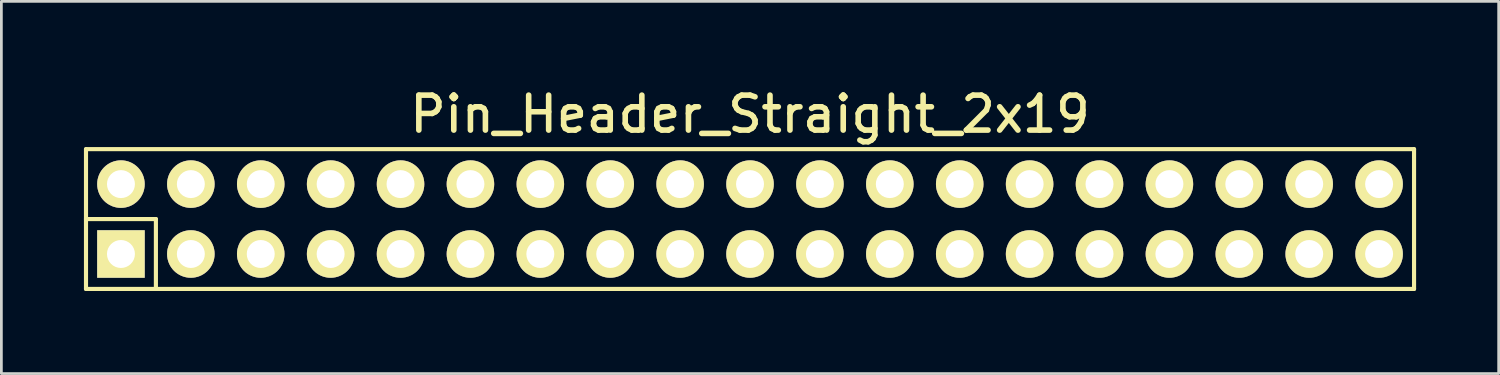
<source format=kicad_pcb>
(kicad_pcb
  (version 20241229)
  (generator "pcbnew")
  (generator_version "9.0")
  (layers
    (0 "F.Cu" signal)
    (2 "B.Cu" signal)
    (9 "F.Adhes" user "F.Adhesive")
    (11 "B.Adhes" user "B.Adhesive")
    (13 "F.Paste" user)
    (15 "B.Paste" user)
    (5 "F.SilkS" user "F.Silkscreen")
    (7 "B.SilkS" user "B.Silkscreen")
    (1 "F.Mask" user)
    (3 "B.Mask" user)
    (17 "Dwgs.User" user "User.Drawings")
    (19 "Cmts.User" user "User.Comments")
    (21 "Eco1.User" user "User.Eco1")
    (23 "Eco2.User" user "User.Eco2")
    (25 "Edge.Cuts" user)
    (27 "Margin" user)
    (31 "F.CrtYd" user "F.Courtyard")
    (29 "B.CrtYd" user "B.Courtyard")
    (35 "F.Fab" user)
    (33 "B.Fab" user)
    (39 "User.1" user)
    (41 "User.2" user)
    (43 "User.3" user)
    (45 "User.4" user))
  (footprint "Pin_Header_Straight_2x19"
    (layer "F.Cu")
    (at 24.205 4.91)
    (property "Reference" "Pin_Header_Straight_2x19" (at 0 -3.81 0) (layer "F.SilkS") (effects (font (size 1.27 1.27) (thickness 0.203))))
    (attr through_hole)
    (fp_line (start -24.13 -2.54) (end -24.13 0) (stroke (width 0.15) (type solid)) (layer "F.SilkS"))
    (fp_line (start -24.13 -2.54) (end 24.13 -2.54) (stroke (width 0.15) (type solid)) (layer "F.SilkS"))
    (fp_line (start -24.13 0) (end -21.59 0) (stroke (width 0.15) (type solid)) (layer "F.SilkS"))
    (fp_line (start -24.13 2.54) (end -24.13 0) (stroke (width 0.15) (type solid)) (layer "F.SilkS"))
    (fp_line (start -24.13 2.54) (end -21.59 2.54) (stroke (width 0.15) (type solid)) (layer "F.SilkS"))
    (fp_line (start -21.59 0) (end -21.59 2.54) (stroke (width 0.15) (type solid)) (layer "F.SilkS"))
    (fp_line (start 24.13 -2.54) (end 24.13 2.54) (stroke (width 0.15) (type solid)) (layer "F.SilkS"))
    (fp_line (start 24.13 2.54) (end -21.59 2.54) (stroke (width 0.15) (type solid)) (layer "F.SilkS"))
    (pad "1" thru_hole rect (at -22.86 1.27) (size 1.727 1.727) (drill 1.016) (layers "*.Cu" "*.Mask" "F.SilkS"))
    (pad "2" thru_hole oval (at -22.86 -1.27) (size 1.727 1.727) (drill 1.016) (layers "*.Cu" "*.Mask" "F.SilkS"))
    (pad "3" thru_hole oval (at -20.32 1.27) (size 1.727 1.727) (drill 1.016) (layers "*.Cu" "*.Mask" "F.SilkS"))
    (pad "4" thru_hole oval (at -20.32 -1.27) (size 1.727 1.727) (drill 1.016) (layers "*.Cu" "*.Mask" "F.SilkS"))
    (pad "5" thru_hole oval (at -17.78 1.27) (size 1.727 1.727) (drill 1.016) (layers "*.Cu" "*.Mask" "F.SilkS"))
    (pad "6" thru_hole oval (at -17.78 -1.27) (size 1.727 1.727) (drill 1.016) (layers "*.Cu" "*.Mask" "F.SilkS"))
    (pad "7" thru_hole oval (at -15.24 1.27) (size 1.727 1.727) (drill 1.016) (layers "*.Cu" "*.Mask" "F.SilkS"))
    (pad "8" thru_hole oval (at -15.24 -1.27) (size 1.727 1.727) (drill 1.016) (layers "*.Cu" "*.Mask" "F.SilkS"))
    (pad "9" thru_hole oval (at -12.7 1.27) (size 1.727 1.727) (drill 1.016) (layers "*.Cu" "*.Mask" "F.SilkS"))
    (pad "10" thru_hole oval (at -12.7 -1.27) (size 1.727 1.727) (drill 1.016) (layers "*.Cu" "*.Mask" "F.SilkS"))
    (pad "11" thru_hole oval (at -10.16 1.27) (size 1.727 1.727) (drill 1.016) (layers "*.Cu" "*.Mask" "F.SilkS"))
    (pad "12" thru_hole oval (at -10.16 -1.27) (size 1.727 1.727) (drill 1.016) (layers "*.Cu" "*.Mask" "F.SilkS"))
    (pad "13" thru_hole oval (at -7.62 1.27) (size 1.727 1.727) (drill 1.016) (layers "*.Cu" "*.Mask" "F.SilkS"))
    (pad "14" thru_hole oval (at -7.62 -1.27) (size 1.727 1.727) (drill 1.016) (layers "*.Cu" "*.Mask" "F.SilkS"))
    (pad "15" thru_hole oval (at -5.08 1.27) (size 1.727 1.727) (drill 1.016) (layers "*.Cu" "*.Mask" "F.SilkS"))
    (pad "16" thru_hole oval (at -5.08 -1.27) (size 1.727 1.727) (drill 1.016) (layers "*.Cu" "*.Mask" "F.SilkS"))
    (pad "17" thru_hole oval (at -2.54 1.27) (size 1.727 1.727) (drill 1.016) (layers "*.Cu" "*.Mask" "F.SilkS"))
    (pad "18" thru_hole oval (at -2.54 -1.27) (size 1.727 1.727) (drill 1.016) (layers "*.Cu" "*.Mask" "F.SilkS"))
    (pad "19" thru_hole oval (at 0 1.27) (size 1.727 1.727) (drill 1.016) (layers "*.Cu" "*.Mask" "F.SilkS"))
    (pad "20" thru_hole oval (at 0 -1.27) (size 1.727 1.727) (drill 1.016) (layers "*.Cu" "*.Mask" "F.SilkS"))
    (pad "21" thru_hole oval (at 2.54 1.27) (size 1.727 1.727) (drill 1.016) (layers "*.Cu" "*.Mask" "F.SilkS"))
    (pad "22" thru_hole oval (at 2.54 -1.27) (size 1.727 1.727) (drill 1.016) (layers "*.Cu" "*.Mask" "F.SilkS"))
    (pad "23" thru_hole oval (at 5.08 1.27) (size 1.727 1.727) (drill 1.016) (layers "*.Cu" "*.Mask" "F.SilkS"))
    (pad "24" thru_hole oval (at 5.08 -1.27) (size 1.727 1.727) (drill 1.016) (layers "*.Cu" "*.Mask" "F.SilkS"))
    (pad "25" thru_hole oval (at 7.62 1.27) (size 1.727 1.727) (drill 1.016) (layers "*.Cu" "*.Mask" "F.SilkS"))
    (pad "26" thru_hole oval (at 7.62 -1.27) (size 1.727 1.727) (drill 1.016) (layers "*.Cu" "*.Mask" "F.SilkS"))
    (pad "27" thru_hole oval (at 10.16 1.27) (size 1.727 1.727) (drill 1.016) (layers "*.Cu" "*.Mask" "F.SilkS"))
    (pad "28" thru_hole oval (at 10.16 -1.27) (size 1.727 1.727) (drill 1.016) (layers "*.Cu" "*.Mask" "F.SilkS"))
    (pad "29" thru_hole oval (at 12.7 1.27) (size 1.727 1.727) (drill 1.016) (layers "*.Cu" "*.Mask" "F.SilkS"))
    (pad "30" thru_hole oval (at 12.7 -1.27) (size 1.727 1.727) (drill 1.016) (layers "*.Cu" "*.Mask" "F.SilkS"))
    (pad "31" thru_hole oval (at 15.24 1.27) (size 1.727 1.727) (drill 1.016) (layers "*.Cu" "*.Mask" "F.SilkS"))
    (pad "32" thru_hole oval (at 15.24 -1.27) (size 1.727 1.727) (drill 1.016) (layers "*.Cu" "*.Mask" "F.SilkS"))
    (pad "33" thru_hole oval (at 17.78 1.27) (size 1.727 1.727) (drill 1.016) (layers "*.Cu" "*.Mask" "F.SilkS"))
    (pad "34" thru_hole oval (at 17.78 -1.27) (size 1.727 1.727) (drill 1.016) (layers "*.Cu" "*.Mask" "F.SilkS"))
    (pad "35" thru_hole oval (at 20.32 1.27) (size 1.727 1.727) (drill 1.016) (layers "*.Cu" "*.Mask" "F.SilkS"))
    (pad "36" thru_hole oval (at 20.32 -1.27) (size 1.727 1.727) (drill 1.016) (layers "*.Cu" "*.Mask" "F.SilkS"))
    (pad "37" thru_hole oval (at 22.86 1.27) (size 1.727 1.727) (drill 1.016) (layers "*.Cu" "*.Mask" "F.SilkS"))
    (pad "38" thru_hole oval (at 22.86 -1.27) (size 1.727 1.727) (drill 1.016) (layers "*.Cu" "*.Mask" "F.SilkS")))
  (gr_rect
    (start -3 -3)
    (end 51.41 10.525)
    (stroke (width 0.1) (type default))
    (fill no)
    (layer "Edge.Cuts")))
</source>
